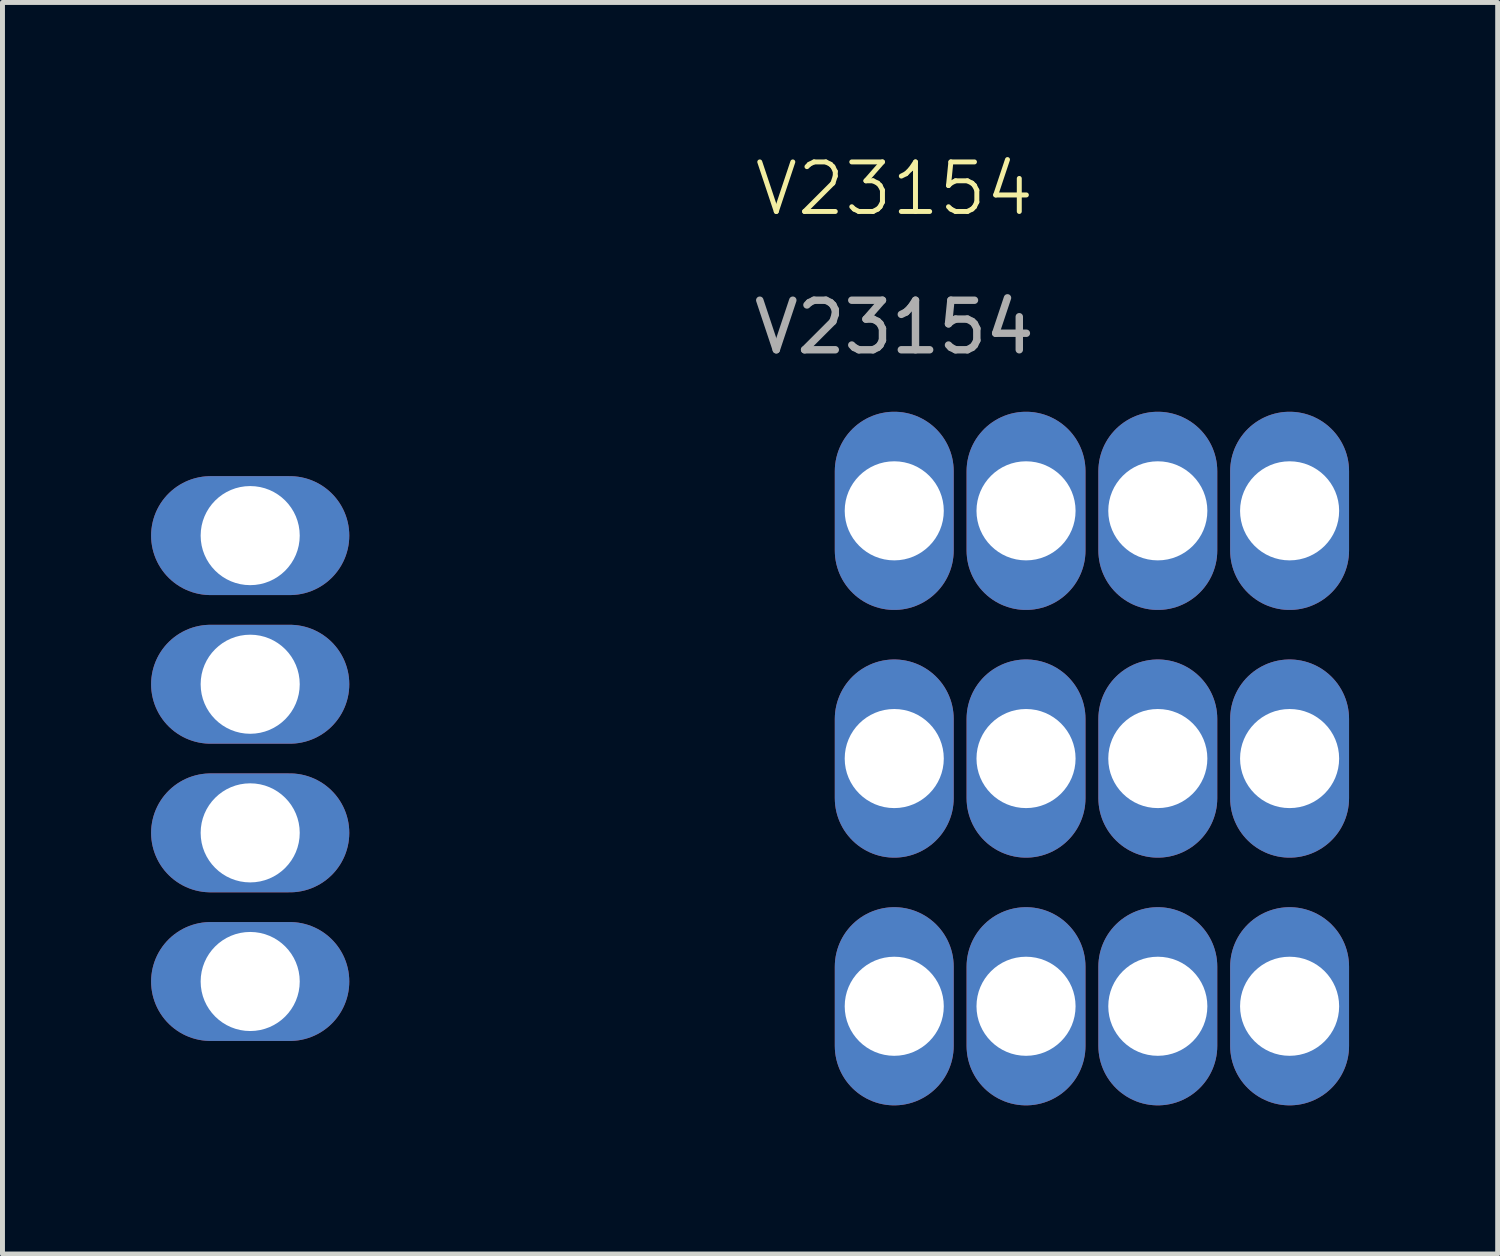
<source format=kicad_pcb>
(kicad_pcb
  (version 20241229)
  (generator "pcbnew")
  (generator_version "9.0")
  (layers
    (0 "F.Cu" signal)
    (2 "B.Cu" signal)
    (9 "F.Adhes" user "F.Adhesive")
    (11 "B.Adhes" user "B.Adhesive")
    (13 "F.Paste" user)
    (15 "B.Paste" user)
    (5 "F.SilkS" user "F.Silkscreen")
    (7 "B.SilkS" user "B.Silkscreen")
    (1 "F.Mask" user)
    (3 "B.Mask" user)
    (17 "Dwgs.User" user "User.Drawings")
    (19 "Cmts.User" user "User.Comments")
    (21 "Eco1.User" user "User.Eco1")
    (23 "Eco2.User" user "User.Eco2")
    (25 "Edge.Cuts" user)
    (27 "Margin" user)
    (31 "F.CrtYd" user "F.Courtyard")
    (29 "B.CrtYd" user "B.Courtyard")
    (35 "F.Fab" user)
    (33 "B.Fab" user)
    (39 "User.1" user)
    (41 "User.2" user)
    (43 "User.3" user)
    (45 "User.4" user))
  (footprint "V23154"
    (layer "F.Cu")
    (at 15 12.261)
    (property "Reference" "V23154" (at 0 -11.5 0) (unlocked yes) (layer "F.SilkS") (effects (font (size 1 1) (thickness 0.1))))
    (attr through_hole)
    (fp_text user "V23154" (at 0 -8.706 0) (unlocked yes) (layer "F.Fab") (effects (font (size 1 1) (thickness 0.15))))
    (pad "1" thru_hole oval (at -13 4.5) (size 4 2.4) (drill 2) (layers "*.Cu" "*.Mask"))
    (pad "2" thru_hole oval (at -13 1.5) (size 4 2.4) (drill 2) (layers "*.Cu" "*.Mask"))
    (pad "3" thru_hole oval (at -13 -1.5) (size 4 2.4) (drill 2) (layers "*.Cu" "*.Mask"))
    (pad "4" thru_hole oval (at -13 -4.5) (size 4 2.4) (drill 2) (layers "*.Cu" "*.Mask"))
    (pad "5" thru_hole oval (at 0 5 90) (size 4 2.4) (drill 2) (layers "*.Cu" "*.Mask"))
    (pad "6" thru_hole oval (at 2.66 0 90) (size 4 2.4) (drill 2) (layers "*.Cu" "*.Mask"))
    (pad "7" thru_hole oval (at 2.66 5 90) (size 4 2.4) (drill 2) (layers "*.Cu" "*.Mask"))
    (pad "8" thru_hole oval (at 5.32 5 90) (size 4 2.4) (drill 2) (layers "*.Cu" "*.Mask"))
    (pad "9" thru_hole oval (at 7.98 0 90) (size 4 2.4) (drill 2) (layers "*.Cu" "*.Mask"))
    (pad "10" thru_hole oval (at 7.98 5 90) (size 4 2.4) (drill 2) (layers "*.Cu" "*.Mask"))
    (pad "11" thru_hole oval (at 0 -5 90) (size 4 2.4) (drill 2) (layers "*.Cu" "*.Mask"))
    (pad "12" thru_hole oval (at 0 0 90) (size 4 2.4) (drill 2) (layers "*.Cu" "*.Mask"))
    (pad "13" thru_hole oval (at 2.66 -5 90) (size 4 2.4) (drill 2) (layers "*.Cu" "*.Mask"))
    (pad "14" thru_hole oval (at 5.32 -5 90) (size 4 2.4) (drill 2) (layers "*.Cu" "*.Mask"))
    (pad "15" thru_hole oval (at 5.32 0 90) (size 4 2.4) (drill 2) (layers "*.Cu" "*.Mask"))
    (pad "16" thru_hole oval (at 7.98 -5 90) (size 4 2.4) (drill 2) (layers "*.Cu" "*.Mask")))
  (gr_rect
    (start -3 -3)
    (end 27.18 22.261)
    (stroke (width 0.1) (type default))
    (fill no)
    (layer "Edge.Cuts")))
</source>
